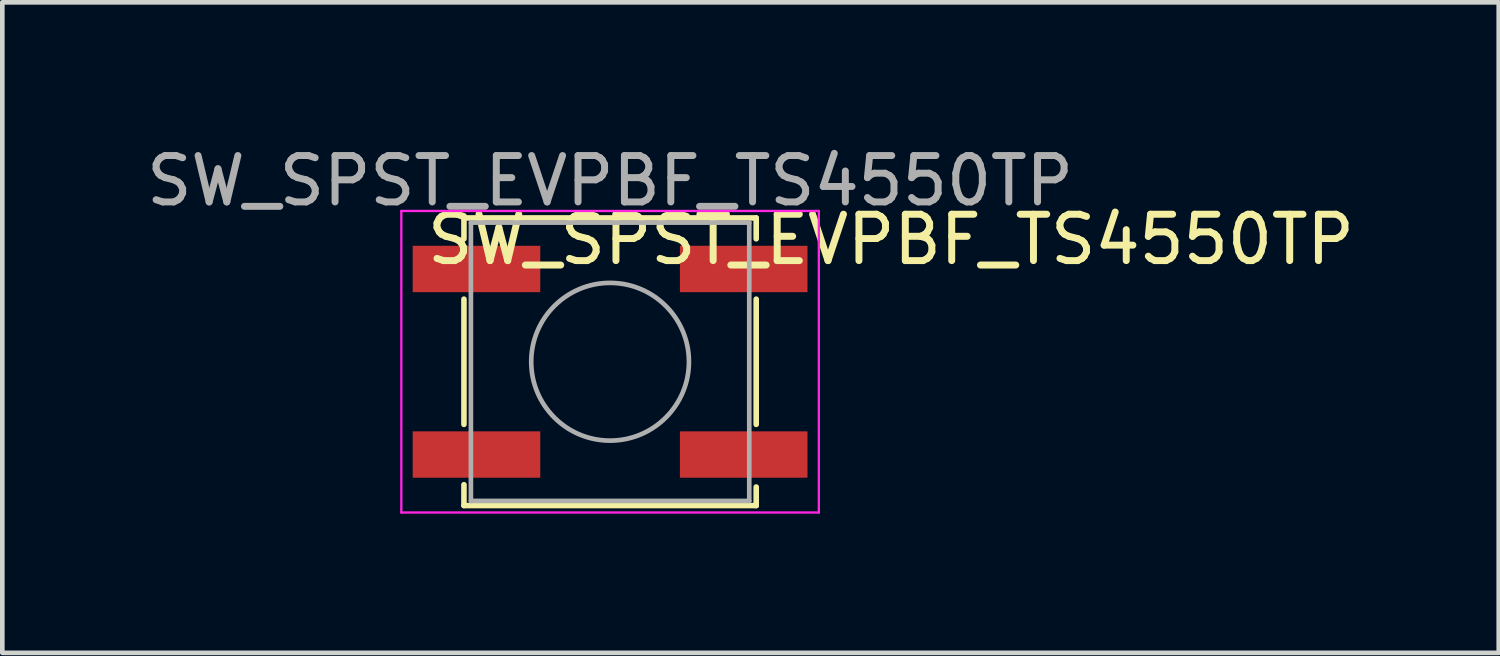
<source format=kicad_pcb>
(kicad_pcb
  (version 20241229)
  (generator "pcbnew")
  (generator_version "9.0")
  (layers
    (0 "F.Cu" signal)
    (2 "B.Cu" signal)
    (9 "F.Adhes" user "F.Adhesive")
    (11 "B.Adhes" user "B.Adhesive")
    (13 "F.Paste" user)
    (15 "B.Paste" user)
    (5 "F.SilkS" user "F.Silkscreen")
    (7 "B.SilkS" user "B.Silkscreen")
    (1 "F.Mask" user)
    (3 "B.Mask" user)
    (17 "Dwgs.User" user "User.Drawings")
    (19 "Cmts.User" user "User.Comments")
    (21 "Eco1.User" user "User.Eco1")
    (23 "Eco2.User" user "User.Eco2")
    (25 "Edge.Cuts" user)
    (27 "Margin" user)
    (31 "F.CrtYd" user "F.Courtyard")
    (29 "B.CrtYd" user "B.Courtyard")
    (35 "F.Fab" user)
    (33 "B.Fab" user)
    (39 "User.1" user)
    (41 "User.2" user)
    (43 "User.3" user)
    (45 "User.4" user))
  (footprint "SW_SPST_EVPBF_TS4550TP"
    (layer "F.Cu")
    (at 10.101 4.748)
    (property "Reference" "SW_SPST_EVPBF_TS4550TP" (at 6.055 -2.635 180) (layer "F.SilkS") (effects (font (size 1 1) (thickness 0.15))))
    (attr smd)
    (fp_line (start -3.15 -3.1) (end 3.15 -3.1) (stroke (width 0.12) (type solid)) (layer "F.SilkS"))
    (fp_line (start -3.15 -2.65) (end -3.15 -3.1) (stroke (width 0.12) (type solid)) (layer "F.SilkS"))
    (fp_line (start -3.15 1.35) (end -3.15 -1.35) (stroke (width 0.12) (type solid)) (layer "F.SilkS"))
    (fp_line (start -3.15 2.65) (end -3.15 3.1) (stroke (width 0.12) (type solid)) (layer "F.SilkS"))
    (fp_line (start -3.15 3.1) (end 3.15 3.1) (stroke (width 0.12) (type solid)) (layer "F.SilkS"))
    (fp_line (start 3.15 -3.1) (end 3.15 -2.65) (stroke (width 0.12) (type solid)) (layer "F.SilkS"))
    (fp_line (start 3.15 -1.35) (end 3.15 1.35) (stroke (width 0.12) (type solid)) (layer "F.SilkS"))
    (fp_line (start 3.15 3.1) (end 3.15 2.7) (stroke (width 0.12) (type solid)) (layer "F.SilkS"))
    (fp_line (start -4.5 -3.25) (end 4.5 -3.25) (stroke (width 0.05) (type solid)) (layer "F.CrtYd"))
    (fp_line (start -4.5 3.25) (end -4.5 -3.25) (stroke (width 0.05) (type solid)) (layer "F.CrtYd"))
    (fp_line (start 4.5 -3.25) (end 4.5 3.25) (stroke (width 0.05) (type solid)) (layer "F.CrtYd"))
    (fp_line (start 4.5 3.25) (end -4.5 3.25) (stroke (width 0.05) (type solid)) (layer "F.CrtYd"))
    (fp_line (start -3 -3) (end 3 -3) (stroke (width 0.1) (type solid)) (layer "F.Fab"))
    (fp_line (start -3 3) (end -3 -3) (stroke (width 0.1) (type solid)) (layer "F.Fab"))
    (fp_line (start 3 -3) (end 3 3) (stroke (width 0.1) (type solid)) (layer "F.Fab"))
    (fp_line (start 3 3) (end -3 3) (stroke (width 0.1) (type solid)) (layer "F.Fab"))
    (fp_circle (center 0 0) (end 1.7 0) (stroke (width 0.1) (type solid)) (fill no) (layer "F.Fab"))
    (fp_text user "${REFERENCE}" (at 0 -3.9 180) (layer "F.Fab") (effects (font (size 1 1) (thickness 0.15))))
    (pad "1" smd rect (at -2.88 -2) (size 2.75 1) (layers "F.Cu" "F.Mask" "F.Paste"))
    (pad "1" smd rect (at 2.88 -2) (size 2.75 1) (layers "F.Cu" "F.Mask" "F.Paste"))
    (pad "2" smd rect (at -2.88 2) (size 2.75 1) (layers "F.Cu" "F.Mask" "F.Paste"))
    (pad "2" smd rect (at 2.88 2) (size 2.75 1) (layers "F.Cu" "F.Mask" "F.Paste")))
  (gr_rect
    (start -3 -3)
    (end 29.257 11.023)
    (stroke (width 0.1) (type default))
    (fill no)
    (layer "Edge.Cuts")))
</source>
